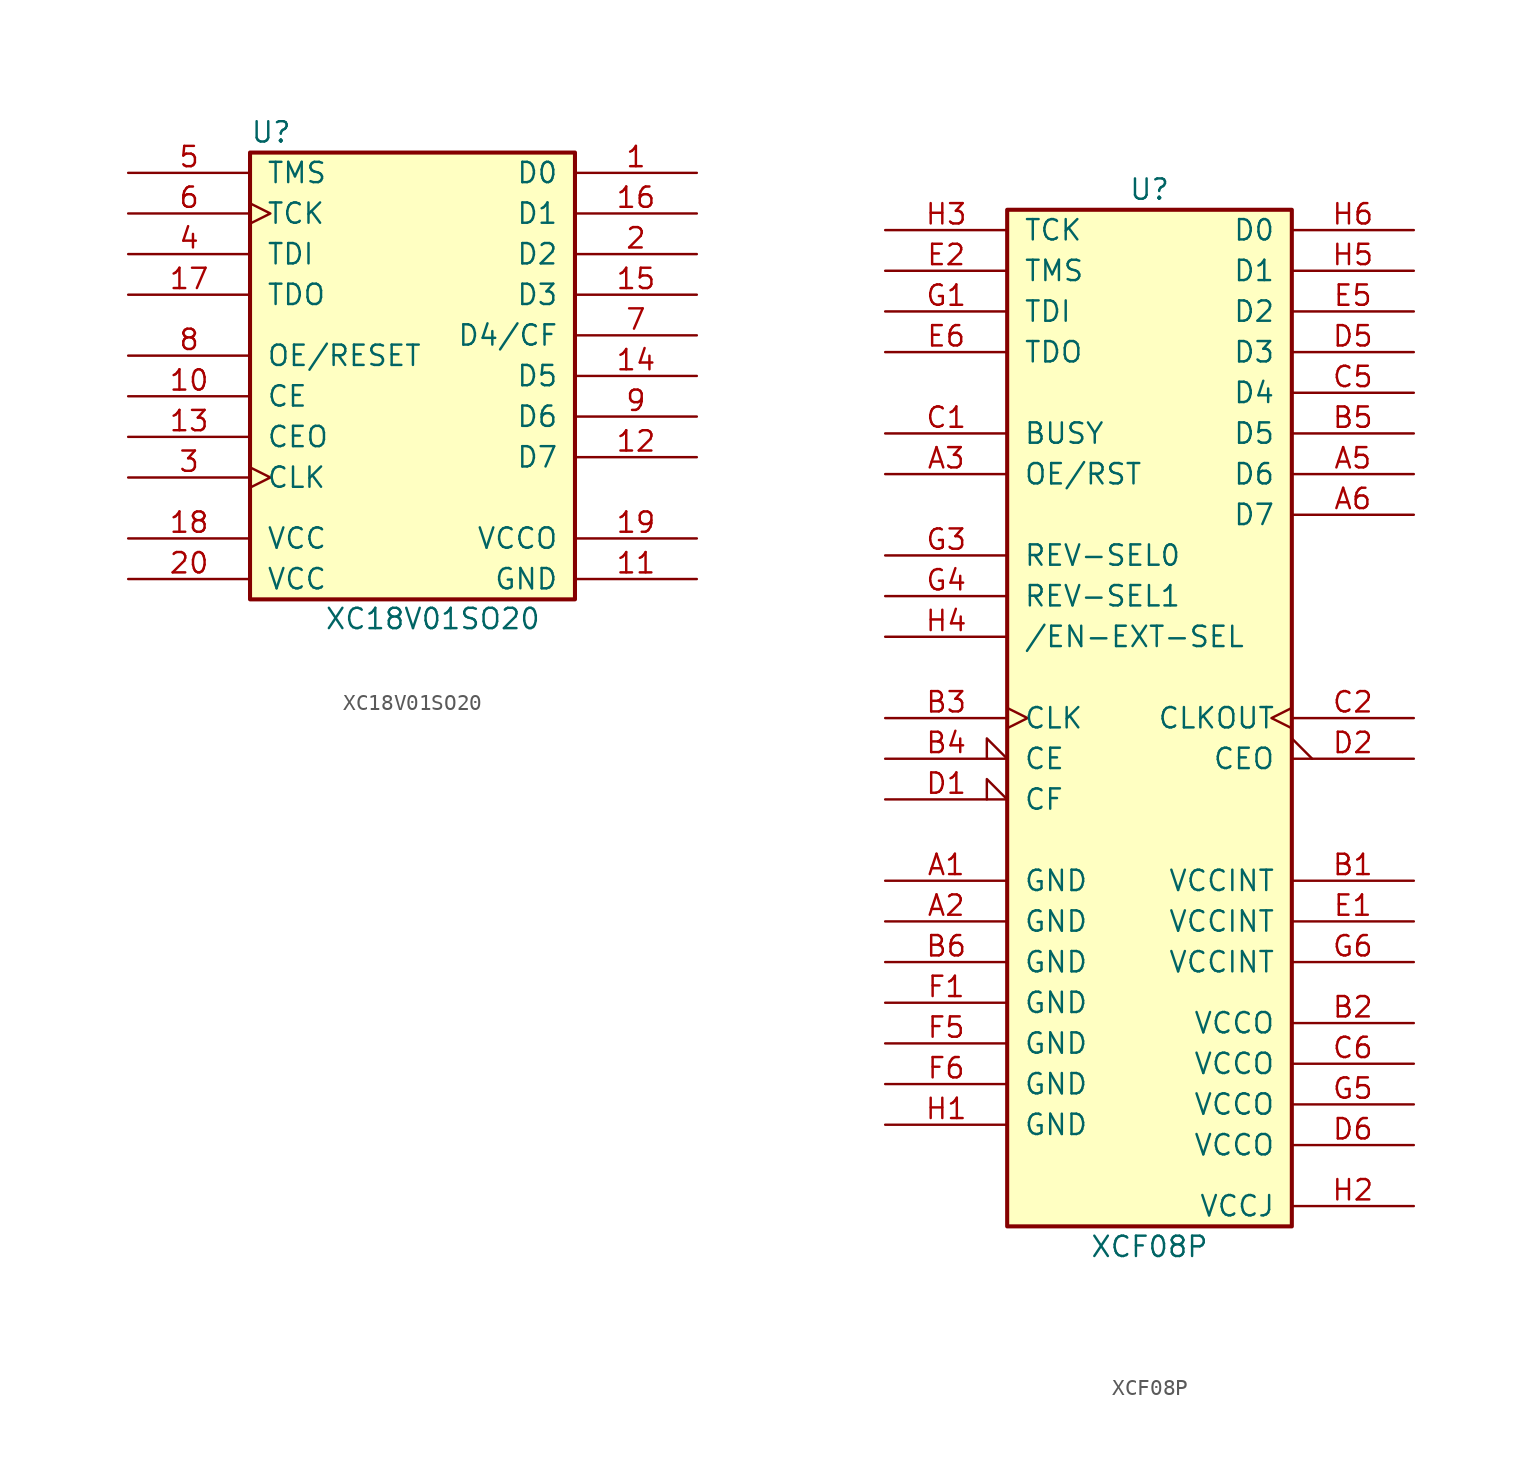
<source format=kicad_sym>
(kicad_symbol_lib
  (version 20211014)
  (generator kicad_symbol_editor)
  (symbol "XC18V01SO20"
    (pin_names
      (offset 1.016))
    (property "Reference" "U"
      (at -8.839 15.24 0)
      (effects (font (size 1.27 1.27))))
    (property "Value" "XC18V01SO20"
      (at 1.27 -15.189 0)
      (effects (font (size 1.27 1.27))))
    (symbol "XC18V01SO20_0_1"
      (rectangle (start -10.16 12.7) (end -10.16 12.7) (stroke (width 0) (type default) (color 0 0 0 0)) (fill (type none)))
      (rectangle (start -10.16 13.97) (end 10.16 -13.97) (stroke (width 0.254) (type default) (color 0 0 0 0)) (fill (type background))))
    (symbol "XC18V01SO20_1_1"
      (pin output line (at 17.78 12.7 180) (length 7.62) (name "D0" (effects (font (size 1.27 1.27)))) (number "1" (effects (font (size 1.27 1.27)))))
      (pin input line (at -17.78 -1.27 0) (length 7.62) (name "CE" (effects (font (size 1.27 1.27)))) (number "10" (effects (font (size 1.27 1.27)))))
      (pin power_in line (at 17.78 -12.7 180) (length 7.62) (name "GND" (effects (font (size 1.27 1.27)))) (number "11" (effects (font (size 1.27 1.27)))))
      (pin output line (at 17.78 -5.08 180) (length 7.62) (name "D7" (effects (font (size 1.27 1.27)))) (number "12" (effects (font (size 1.27 1.27)))))
      (pin output line (at -17.78 -3.81 0) (length 7.62) (name "CEO" (effects (font (size 1.27 1.27)))) (number "13" (effects (font (size 1.27 1.27)))))
      (pin output line (at 17.78 0 180) (length 7.62) (name "D5" (effects (font (size 1.27 1.27)))) (number "14" (effects (font (size 1.27 1.27)))))
      (pin output line (at 17.78 5.08 180) (length 7.62) (name "D3" (effects (font (size 1.27 1.27)))) (number "15" (effects (font (size 1.27 1.27)))))
      (pin output line (at 17.78 10.16 180) (length 7.62) (name "D1" (effects (font (size 1.27 1.27)))) (number "16" (effects (font (size 1.27 1.27)))))
      (pin open_collector line (at -17.78 5.08 0) (length 7.62) (name "TDO" (effects (font (size 1.27 1.27)))) (number "17" (effects (font (size 1.27 1.27)))))
      (pin power_in line (at -17.78 -10.16 0) (length 7.62) (name "VCC" (effects (font (size 1.27 1.27)))) (number "18" (effects (font (size 1.27 1.27)))))
      (pin power_in line (at 17.78 -10.16 180) (length 7.62) (name "VCCO" (effects (font (size 1.27 1.27)))) (number "19" (effects (font (size 1.27 1.27)))))
      (pin output line (at 17.78 7.62 180) (length 7.62) (name "D2" (effects (font (size 1.27 1.27)))) (number "2" (effects (font (size 1.27 1.27)))))
      (pin power_in line (at -17.78 -12.7 0) (length 7.62) (name "VCC" (effects (font (size 1.27 1.27)))) (number "20" (effects (font (size 1.27 1.27)))))
      (pin input clock (at -17.78 -6.35 0) (length 7.62) (name "CLK" (effects (font (size 1.27 1.27)))) (number "3" (effects (font (size 1.27 1.27)))))
      (pin input line (at -17.78 7.62 0) (length 7.62) (name "TDI" (effects (font (size 1.27 1.27)))) (number "4" (effects (font (size 1.27 1.27)))))
      (pin input line (at -17.78 12.7 0) (length 7.62) (name "TMS" (effects (font (size 1.27 1.27)))) (number "5" (effects (font (size 1.27 1.27)))))
      (pin input clock (at -17.78 10.16 0) (length 7.62) (name "TCK" (effects (font (size 1.27 1.27)))) (number "6" (effects (font (size 1.27 1.27)))))
      (pin open_collector line (at 17.78 2.54 180) (length 7.62) (name "D4/CF" (effects (font (size 1.27 1.27)))) (number "7" (effects (font (size 1.27 1.27)))))
      (pin input line (at -17.78 1.27 0) (length 7.62) (name "OE/RESET" (effects (font (size 1.27 1.27)))) (number "8" (effects (font (size 1.27 1.27)))))
      (pin output line (at 17.78 -2.54 180) (length 7.62) (name "D6" (effects (font (size 1.27 1.27)))) (number "9" (effects (font (size 1.27 1.27)))))))
  (symbol "XCF08P"
    (pin_names
      (offset 1.016))
    (property "Reference" "U"
      (at 0 33.02 0)
      (effects (font (size 1.27 1.27))))
    (property "Value" "XCF08P"
      (at 0 -33.02 0)
      (effects (font (size 1.27 1.27))))
    (symbol "XCF08P_0_1"
      (rectangle (start -8.89 31.75) (end 8.89 -31.75) (stroke (width 0.254) (type default) (color 0 0 0 0)) (fill (type background))))
    (symbol "XCF08P_1_1"
      (pin power_in line (at -16.51 -10.16 0) (length 7.62) (name "GND" (effects (font (size 1.27 1.27)))) (number "A1" (effects (font (size 1.27 1.27)))))
      (pin power_in line (at -16.51 -12.7 0) (length 7.62) (name "GND" (effects (font (size 1.27 1.27)))) (number "A2" (effects (font (size 1.27 1.27)))))
      (pin input line (at -16.51 15.24 0) (length 7.62) (name "OE/RST" (effects (font (size 1.27 1.27)))) (number "A3" (effects (font (size 1.27 1.27)))))
      (pin tri_state line (at 16.51 15.24 180) (length 7.62) (name "D6" (effects (font (size 1.27 1.27)))) (number "A5" (effects (font (size 1.27 1.27)))))
      (pin tri_state line (at 16.51 12.7 180) (length 7.62) (name "D7" (effects (font (size 1.27 1.27)))) (number "A6" (effects (font (size 1.27 1.27)))))
      (pin power_in line (at 16.51 -10.16 180) (length 7.62) (name "VCCINT" (effects (font (size 1.27 1.27)))) (number "B1" (effects (font (size 1.27 1.27)))))
      (pin power_in line (at 16.51 -19.05 180) (length 7.62) (name "VCCO" (effects (font (size 1.27 1.27)))) (number "B2" (effects (font (size 1.27 1.27)))))
      (pin input clock (at -16.51 0 0) (length 7.62) (name "CLK" (effects (font (size 1.27 1.27)))) (number "B3" (effects (font (size 1.27 1.27)))))
      (pin input input_low (at -16.51 -2.54 0) (length 7.62) (name "CE" (effects (font (size 1.27 1.27)))) (number "B4" (effects (font (size 1.27 1.27)))))
      (pin tri_state line (at 16.51 17.78 180) (length 7.62) (name "D5" (effects (font (size 1.27 1.27)))) (number "B5" (effects (font (size 1.27 1.27)))))
      (pin power_in line (at -16.51 -15.24 0) (length 7.62) (name "GND" (effects (font (size 1.27 1.27)))) (number "B6" (effects (font (size 1.27 1.27)))))
      (pin input line (at -16.51 17.78 0) (length 7.62) (name "BUSY" (effects (font (size 1.27 1.27)))) (number "C1" (effects (font (size 1.27 1.27)))))
      (pin output clock (at 16.51 0 180) (length 7.62) (name "CLKOUT" (effects (font (size 1.27 1.27)))) (number "C2" (effects (font (size 1.27 1.27)))))
      (pin tri_state line (at 16.51 20.32 180) (length 7.62) (name "D4" (effects (font (size 1.27 1.27)))) (number "C5" (effects (font (size 1.27 1.27)))))
      (pin power_in line (at 16.51 -21.59 180) (length 7.62) (name "VCCO" (effects (font (size 1.27 1.27)))) (number "C6" (effects (font (size 1.27 1.27)))))
      (pin bidirectional input_low (at -16.51 -5.08 0) (length 7.62) (name "CF" (effects (font (size 1.27 1.27)))) (number "D1" (effects (font (size 1.27 1.27)))))
      (pin output output_low (at 16.51 -2.54 180) (length 7.62) (name "CEO" (effects (font (size 1.27 1.27)))) (number "D2" (effects (font (size 1.27 1.27)))))
      (pin tri_state line (at 16.51 22.86 180) (length 7.62) (name "D3" (effects (font (size 1.27 1.27)))) (number "D5" (effects (font (size 1.27 1.27)))))
      (pin power_in line (at 16.51 -26.67 180) (length 7.62) (name "VCCO" (effects (font (size 1.27 1.27)))) (number "D6" (effects (font (size 1.27 1.27)))))
      (pin power_in line (at 16.51 -12.7 180) (length 7.62) (name "VCCINT" (effects (font (size 1.27 1.27)))) (number "E1" (effects (font (size 1.27 1.27)))))
      (pin input line (at -16.51 27.94 0) (length 7.62) (name "TMS" (effects (font (size 1.27 1.27)))) (number "E2" (effects (font (size 1.27 1.27)))))
      (pin tri_state line (at 16.51 25.4 180) (length 7.62) (name "D2" (effects (font (size 1.27 1.27)))) (number "E5" (effects (font (size 1.27 1.27)))))
      (pin output line (at -16.51 22.86 0) (length 7.62) (name "TDO" (effects (font (size 1.27 1.27)))) (number "E6" (effects (font (size 1.27 1.27)))))
      (pin power_in line (at -16.51 -17.78 0) (length 7.62) (name "GND" (effects (font (size 1.27 1.27)))) (number "F1" (effects (font (size 1.27 1.27)))))
      (pin power_in line (at -16.51 -20.32 0) (length 7.62) (name "GND" (effects (font (size 1.27 1.27)))) (number "F5" (effects (font (size 1.27 1.27)))))
      (pin power_in line (at -16.51 -22.86 0) (length 7.62) (name "GND" (effects (font (size 1.27 1.27)))) (number "F6" (effects (font (size 1.27 1.27)))))
      (pin input line (at -16.51 25.4 0) (length 7.62) (name "TDI" (effects (font (size 1.27 1.27)))) (number "G1" (effects (font (size 1.27 1.27)))))
      (pin input line (at -16.51 10.16 0) (length 7.62) (name "REV-SEL0" (effects (font (size 1.27 1.27)))) (number "G3" (effects (font (size 1.27 1.27)))))
      (pin input line (at -16.51 7.62 0) (length 7.62) (name "REV-SEL1" (effects (font (size 1.27 1.27)))) (number "G4" (effects (font (size 1.27 1.27)))))
      (pin power_in line (at 16.51 -24.13 180) (length 7.62) (name "VCCO" (effects (font (size 1.27 1.27)))) (number "G5" (effects (font (size 1.27 1.27)))))
      (pin power_in line (at 16.51 -15.24 180) (length 7.62) (name "VCCINT" (effects (font (size 1.27 1.27)))) (number "G6" (effects (font (size 1.27 1.27)))))
      (pin power_in line (at -16.51 -25.4 0) (length 7.62) (name "GND" (effects (font (size 1.27 1.27)))) (number "H1" (effects (font (size 1.27 1.27)))))
      (pin power_in line (at 16.51 -30.48 180) (length 7.62) (name "VCCJ" (effects (font (size 1.27 1.27)))) (number "H2" (effects (font (size 1.27 1.27)))))
      (pin input line (at -16.51 30.48 0) (length 7.62) (name "TCK" (effects (font (size 1.27 1.27)))) (number "H3" (effects (font (size 1.27 1.27)))))
      (pin input line (at -16.51 5.08 0) (length 7.62) (name "/EN-EXT-SEL" (effects (font (size 1.27 1.27)))) (number "H4" (effects (font (size 1.27 1.27)))))
      (pin tri_state line (at 16.51 27.94 180) (length 7.62) (name "D1" (effects (font (size 1.27 1.27)))) (number "H5" (effects (font (size 1.27 1.27)))))
      (pin tri_state line (at 16.51 30.48 180) (length 7.62) (name "D0" (effects (font (size 1.27 1.27)))) (number "H6" (effects (font (size 1.27 1.27))))))))
</source>
